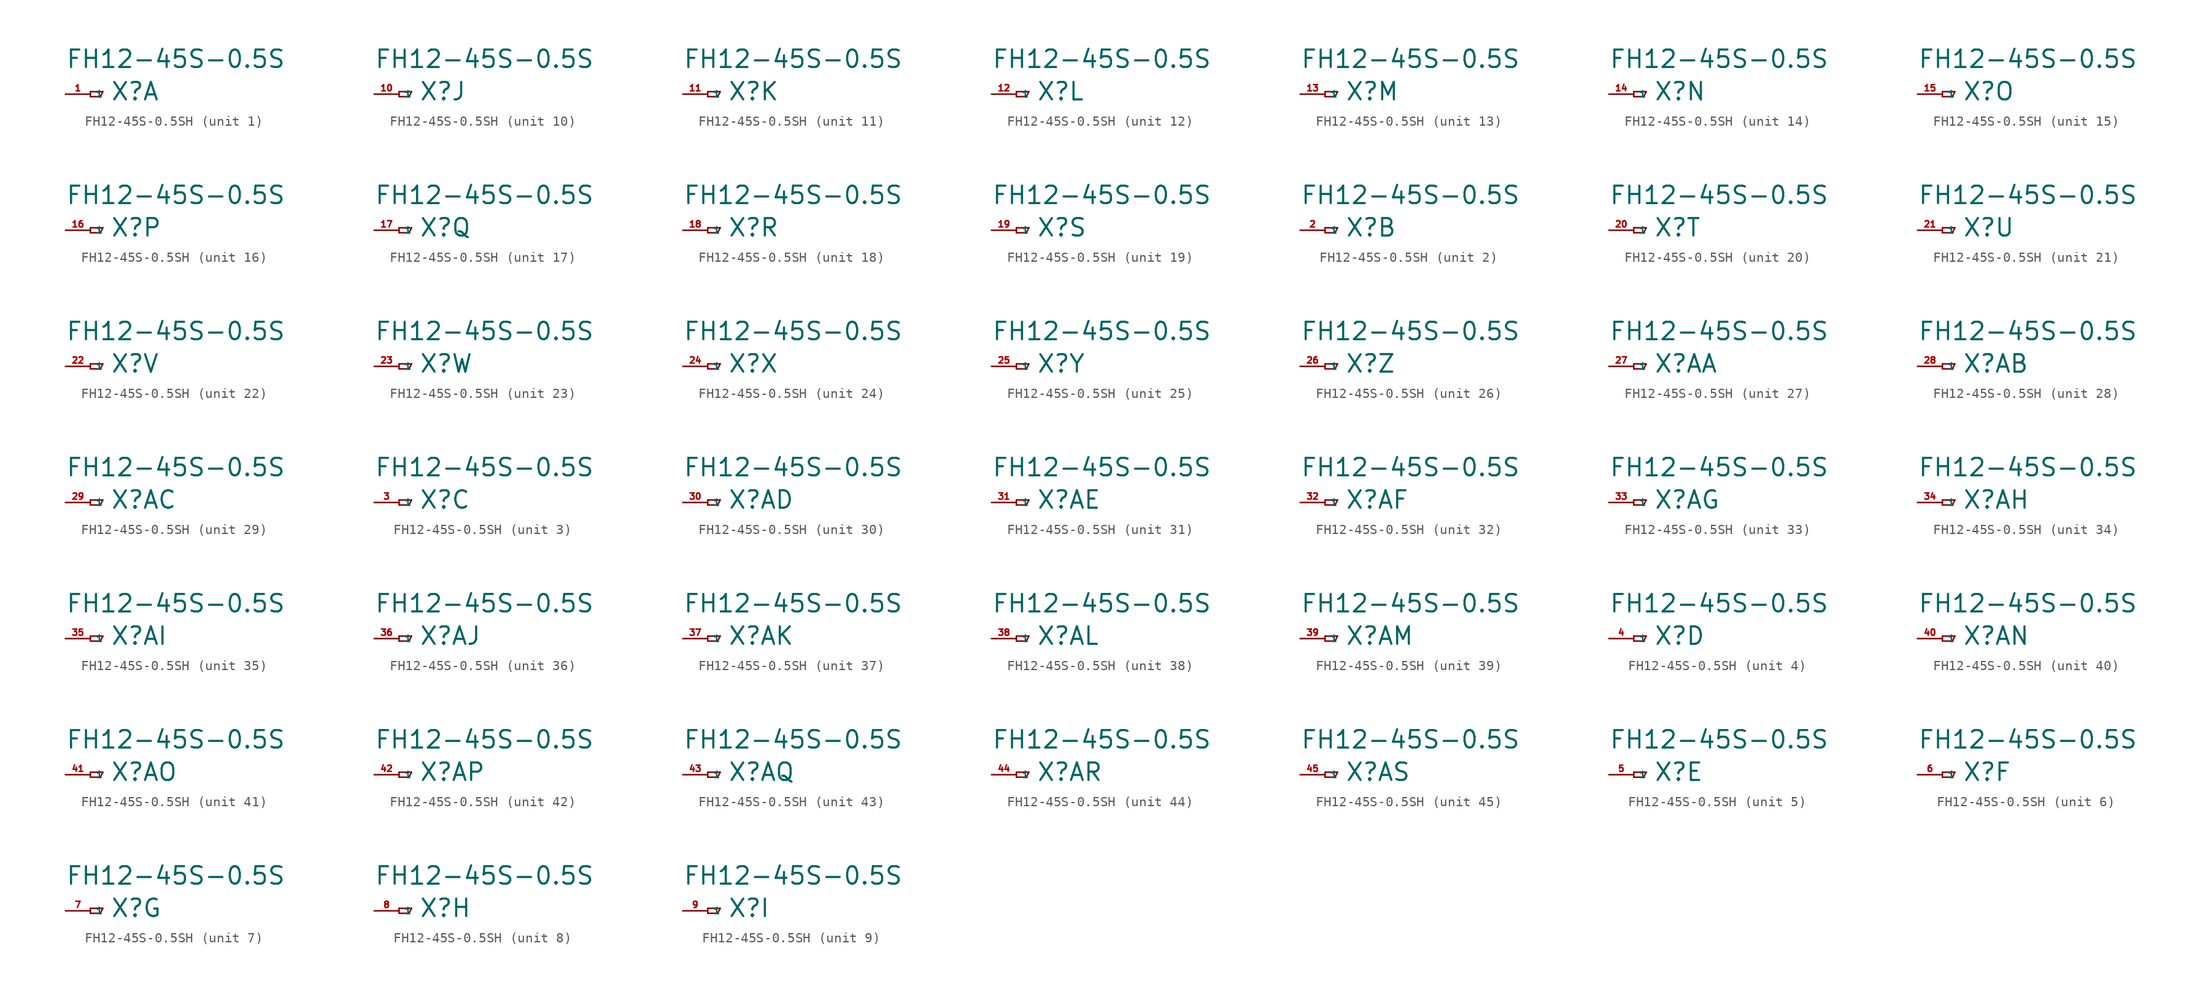
<source format=kicad_sym>
(kicad_symbol_lib
  (version 20220914)
  (generator Eagle2Kicad)
  (symbol "FH12-45S-0.5SH"
    (property "Reference" "X"
      (at 2.032 -0.762 0)
      (effects (font (size 1.778 1.778) (thickness 0.22)) (justify left bottom)))
    (property "Value" "FH12-45S-0.5S"
      (at -2.54 2.54 0)
      (effects (font (size 1.778 1.778) (thickness 0.22)) (justify left bottom)))
    (symbol "FH12-45S-0.5SH_1_0"
      (polyline (pts (xy 0 0.254) (xy 0 -0.254)) (stroke (width 0.152) (type default)) (fill (type none)))
      (polyline (pts (xy 0 -0.254) (xy 1.016 -0.254)) (stroke (width 0.152) (type default)) (fill (type none)))
      (polyline (pts (xy 1.016 -0.254) (xy 1.27 0.254)) (stroke (width 0.152) (type default)) (fill (type none)))
      (polyline (pts (xy 1.27 0.254) (xy 0 0.254)) (stroke (width 0.152) (type default)) (fill (type none)))
      (pin passive line (at -2.54 0 0) (length 2.54) (name "1" (effects (font (size 0.635 0.635) (thickness 0.08)) (justify left bottom))) (number "1" (effects (font (size 0.635 0.635) (thickness 0.08)) (justify left bottom)))))
    (symbol "FH12-45S-0.5SH_2_0"
      (polyline (pts (xy 0 0.254) (xy 0 -0.254)) (stroke (width 0.152) (type default)) (fill (type none)))
      (polyline (pts (xy 0 -0.254) (xy 1.016 -0.254)) (stroke (width 0.152) (type default)) (fill (type none)))
      (polyline (pts (xy 1.016 -0.254) (xy 1.27 0.254)) (stroke (width 0.152) (type default)) (fill (type none)))
      (polyline (pts (xy 1.27 0.254) (xy 0 0.254)) (stroke (width 0.152) (type default)) (fill (type none)))
      (pin passive line (at -2.54 0 0) (length 2.54) (name "1" (effects (font (size 0.635 0.635) (thickness 0.08)) (justify left bottom))) (number "2" (effects (font (size 0.635 0.635) (thickness 0.08)) (justify left bottom)))))
    (symbol "FH12-45S-0.5SH_3_0"
      (polyline (pts (xy 0 0.254) (xy 0 -0.254)) (stroke (width 0.152) (type default)) (fill (type none)))
      (polyline (pts (xy 0 -0.254) (xy 1.016 -0.254)) (stroke (width 0.152) (type default)) (fill (type none)))
      (polyline (pts (xy 1.016 -0.254) (xy 1.27 0.254)) (stroke (width 0.152) (type default)) (fill (type none)))
      (polyline (pts (xy 1.27 0.254) (xy 0 0.254)) (stroke (width 0.152) (type default)) (fill (type none)))
      (pin passive line (at -2.54 0 0) (length 2.54) (name "1" (effects (font (size 0.635 0.635) (thickness 0.08)) (justify left bottom))) (number "3" (effects (font (size 0.635 0.635) (thickness 0.08)) (justify left bottom)))))
    (symbol "FH12-45S-0.5SH_4_0"
      (polyline (pts (xy 0 0.254) (xy 0 -0.254)) (stroke (width 0.152) (type default)) (fill (type none)))
      (polyline (pts (xy 0 -0.254) (xy 1.016 -0.254)) (stroke (width 0.152) (type default)) (fill (type none)))
      (polyline (pts (xy 1.016 -0.254) (xy 1.27 0.254)) (stroke (width 0.152) (type default)) (fill (type none)))
      (polyline (pts (xy 1.27 0.254) (xy 0 0.254)) (stroke (width 0.152) (type default)) (fill (type none)))
      (pin passive line (at -2.54 0 0) (length 2.54) (name "1" (effects (font (size 0.635 0.635) (thickness 0.08)) (justify left bottom))) (number "4" (effects (font (size 0.635 0.635) (thickness 0.08)) (justify left bottom)))))
    (symbol "FH12-45S-0.5SH_5_0"
      (polyline (pts (xy 0 0.254) (xy 0 -0.254)) (stroke (width 0.152) (type default)) (fill (type none)))
      (polyline (pts (xy 0 -0.254) (xy 1.016 -0.254)) (stroke (width 0.152) (type default)) (fill (type none)))
      (polyline (pts (xy 1.016 -0.254) (xy 1.27 0.254)) (stroke (width 0.152) (type default)) (fill (type none)))
      (polyline (pts (xy 1.27 0.254) (xy 0 0.254)) (stroke (width 0.152) (type default)) (fill (type none)))
      (pin passive line (at -2.54 0 0) (length 2.54) (name "1" (effects (font (size 0.635 0.635) (thickness 0.08)) (justify left bottom))) (number "5" (effects (font (size 0.635 0.635) (thickness 0.08)) (justify left bottom)))))
    (symbol "FH12-45S-0.5SH_6_0"
      (polyline (pts (xy 0 0.254) (xy 0 -0.254)) (stroke (width 0.152) (type default)) (fill (type none)))
      (polyline (pts (xy 0 -0.254) (xy 1.016 -0.254)) (stroke (width 0.152) (type default)) (fill (type none)))
      (polyline (pts (xy 1.016 -0.254) (xy 1.27 0.254)) (stroke (width 0.152) (type default)) (fill (type none)))
      (polyline (pts (xy 1.27 0.254) (xy 0 0.254)) (stroke (width 0.152) (type default)) (fill (type none)))
      (pin passive line (at -2.54 0 0) (length 2.54) (name "1" (effects (font (size 0.635 0.635) (thickness 0.08)) (justify left bottom))) (number "6" (effects (font (size 0.635 0.635) (thickness 0.08)) (justify left bottom)))))
    (symbol "FH12-45S-0.5SH_7_0"
      (polyline (pts (xy 0 0.254) (xy 0 -0.254)) (stroke (width 0.152) (type default)) (fill (type none)))
      (polyline (pts (xy 0 -0.254) (xy 1.016 -0.254)) (stroke (width 0.152) (type default)) (fill (type none)))
      (polyline (pts (xy 1.016 -0.254) (xy 1.27 0.254)) (stroke (width 0.152) (type default)) (fill (type none)))
      (polyline (pts (xy 1.27 0.254) (xy 0 0.254)) (stroke (width 0.152) (type default)) (fill (type none)))
      (pin passive line (at -2.54 0 0) (length 2.54) (name "1" (effects (font (size 0.635 0.635) (thickness 0.08)) (justify left bottom))) (number "7" (effects (font (size 0.635 0.635) (thickness 0.08)) (justify left bottom)))))
    (symbol "FH12-45S-0.5SH_8_0"
      (polyline (pts (xy 0 0.254) (xy 0 -0.254)) (stroke (width 0.152) (type default)) (fill (type none)))
      (polyline (pts (xy 0 -0.254) (xy 1.016 -0.254)) (stroke (width 0.152) (type default)) (fill (type none)))
      (polyline (pts (xy 1.016 -0.254) (xy 1.27 0.254)) (stroke (width 0.152) (type default)) (fill (type none)))
      (polyline (pts (xy 1.27 0.254) (xy 0 0.254)) (stroke (width 0.152) (type default)) (fill (type none)))
      (pin passive line (at -2.54 0 0) (length 2.54) (name "1" (effects (font (size 0.635 0.635) (thickness 0.08)) (justify left bottom))) (number "8" (effects (font (size 0.635 0.635) (thickness 0.08)) (justify left bottom)))))
    (symbol "FH12-45S-0.5SH_9_0"
      (polyline (pts (xy 0 0.254) (xy 0 -0.254)) (stroke (width 0.152) (type default)) (fill (type none)))
      (polyline (pts (xy 0 -0.254) (xy 1.016 -0.254)) (stroke (width 0.152) (type default)) (fill (type none)))
      (polyline (pts (xy 1.016 -0.254) (xy 1.27 0.254)) (stroke (width 0.152) (type default)) (fill (type none)))
      (polyline (pts (xy 1.27 0.254) (xy 0 0.254)) (stroke (width 0.152) (type default)) (fill (type none)))
      (pin passive line (at -2.54 0 0) (length 2.54) (name "1" (effects (font (size 0.635 0.635) (thickness 0.08)) (justify left bottom))) (number "9" (effects (font (size 0.635 0.635) (thickness 0.08)) (justify left bottom)))))
    (symbol "FH12-45S-0.5SH_10_0"
      (polyline (pts (xy 0 0.254) (xy 0 -0.254)) (stroke (width 0.152) (type default)) (fill (type none)))
      (polyline (pts (xy 0 -0.254) (xy 1.016 -0.254)) (stroke (width 0.152) (type default)) (fill (type none)))
      (polyline (pts (xy 1.016 -0.254) (xy 1.27 0.254)) (stroke (width 0.152) (type default)) (fill (type none)))
      (polyline (pts (xy 1.27 0.254) (xy 0 0.254)) (stroke (width 0.152) (type default)) (fill (type none)))
      (pin passive line (at -2.54 0 0) (length 2.54) (name "1" (effects (font (size 0.635 0.635) (thickness 0.08)) (justify left bottom))) (number "10" (effects (font (size 0.635 0.635) (thickness 0.08)) (justify left bottom)))))
    (symbol "FH12-45S-0.5SH_11_0"
      (polyline (pts (xy 0 0.254) (xy 0 -0.254)) (stroke (width 0.152) (type default)) (fill (type none)))
      (polyline (pts (xy 0 -0.254) (xy 1.016 -0.254)) (stroke (width 0.152) (type default)) (fill (type none)))
      (polyline (pts (xy 1.016 -0.254) (xy 1.27 0.254)) (stroke (width 0.152) (type default)) (fill (type none)))
      (polyline (pts (xy 1.27 0.254) (xy 0 0.254)) (stroke (width 0.152) (type default)) (fill (type none)))
      (pin passive line (at -2.54 0 0) (length 2.54) (name "1" (effects (font (size 0.635 0.635) (thickness 0.08)) (justify left bottom))) (number "11" (effects (font (size 0.635 0.635) (thickness 0.08)) (justify left bottom)))))
    (symbol "FH12-45S-0.5SH_12_0"
      (polyline (pts (xy 0 0.254) (xy 0 -0.254)) (stroke (width 0.152) (type default)) (fill (type none)))
      (polyline (pts (xy 0 -0.254) (xy 1.016 -0.254)) (stroke (width 0.152) (type default)) (fill (type none)))
      (polyline (pts (xy 1.016 -0.254) (xy 1.27 0.254)) (stroke (width 0.152) (type default)) (fill (type none)))
      (polyline (pts (xy 1.27 0.254) (xy 0 0.254)) (stroke (width 0.152) (type default)) (fill (type none)))
      (pin passive line (at -2.54 0 0) (length 2.54) (name "1" (effects (font (size 0.635 0.635) (thickness 0.08)) (justify left bottom))) (number "12" (effects (font (size 0.635 0.635) (thickness 0.08)) (justify left bottom)))))
    (symbol "FH12-45S-0.5SH_13_0"
      (polyline (pts (xy 0 0.254) (xy 0 -0.254)) (stroke (width 0.152) (type default)) (fill (type none)))
      (polyline (pts (xy 0 -0.254) (xy 1.016 -0.254)) (stroke (width 0.152) (type default)) (fill (type none)))
      (polyline (pts (xy 1.016 -0.254) (xy 1.27 0.254)) (stroke (width 0.152) (type default)) (fill (type none)))
      (polyline (pts (xy 1.27 0.254) (xy 0 0.254)) (stroke (width 0.152) (type default)) (fill (type none)))
      (pin passive line (at -2.54 0 0) (length 2.54) (name "1" (effects (font (size 0.635 0.635) (thickness 0.08)) (justify left bottom))) (number "13" (effects (font (size 0.635 0.635) (thickness 0.08)) (justify left bottom)))))
    (symbol "FH12-45S-0.5SH_14_0"
      (polyline (pts (xy 0 0.254) (xy 0 -0.254)) (stroke (width 0.152) (type default)) (fill (type none)))
      (polyline (pts (xy 0 -0.254) (xy 1.016 -0.254)) (stroke (width 0.152) (type default)) (fill (type none)))
      (polyline (pts (xy 1.016 -0.254) (xy 1.27 0.254)) (stroke (width 0.152) (type default)) (fill (type none)))
      (polyline (pts (xy 1.27 0.254) (xy 0 0.254)) (stroke (width 0.152) (type default)) (fill (type none)))
      (pin passive line (at -2.54 0 0) (length 2.54) (name "1" (effects (font (size 0.635 0.635) (thickness 0.08)) (justify left bottom))) (number "14" (effects (font (size 0.635 0.635) (thickness 0.08)) (justify left bottom)))))
    (symbol "FH12-45S-0.5SH_15_0"
      (polyline (pts (xy 0 0.254) (xy 0 -0.254)) (stroke (width 0.152) (type default)) (fill (type none)))
      (polyline (pts (xy 0 -0.254) (xy 1.016 -0.254)) (stroke (width 0.152) (type default)) (fill (type none)))
      (polyline (pts (xy 1.016 -0.254) (xy 1.27 0.254)) (stroke (width 0.152) (type default)) (fill (type none)))
      (polyline (pts (xy 1.27 0.254) (xy 0 0.254)) (stroke (width 0.152) (type default)) (fill (type none)))
      (pin passive line (at -2.54 0 0) (length 2.54) (name "1" (effects (font (size 0.635 0.635) (thickness 0.08)) (justify left bottom))) (number "15" (effects (font (size 0.635 0.635) (thickness 0.08)) (justify left bottom)))))
    (symbol "FH12-45S-0.5SH_16_0"
      (polyline (pts (xy 0 0.254) (xy 0 -0.254)) (stroke (width 0.152) (type default)) (fill (type none)))
      (polyline (pts (xy 0 -0.254) (xy 1.016 -0.254)) (stroke (width 0.152) (type default)) (fill (type none)))
      (polyline (pts (xy 1.016 -0.254) (xy 1.27 0.254)) (stroke (width 0.152) (type default)) (fill (type none)))
      (polyline (pts (xy 1.27 0.254) (xy 0 0.254)) (stroke (width 0.152) (type default)) (fill (type none)))
      (pin passive line (at -2.54 0 0) (length 2.54) (name "1" (effects (font (size 0.635 0.635) (thickness 0.08)) (justify left bottom))) (number "16" (effects (font (size 0.635 0.635) (thickness 0.08)) (justify left bottom)))))
    (symbol "FH12-45S-0.5SH_17_0"
      (polyline (pts (xy 0 0.254) (xy 0 -0.254)) (stroke (width 0.152) (type default)) (fill (type none)))
      (polyline (pts (xy 0 -0.254) (xy 1.016 -0.254)) (stroke (width 0.152) (type default)) (fill (type none)))
      (polyline (pts (xy 1.016 -0.254) (xy 1.27 0.254)) (stroke (width 0.152) (type default)) (fill (type none)))
      (polyline (pts (xy 1.27 0.254) (xy 0 0.254)) (stroke (width 0.152) (type default)) (fill (type none)))
      (pin passive line (at -2.54 0 0) (length 2.54) (name "1" (effects (font (size 0.635 0.635) (thickness 0.08)) (justify left bottom))) (number "17" (effects (font (size 0.635 0.635) (thickness 0.08)) (justify left bottom)))))
    (symbol "FH12-45S-0.5SH_18_0"
      (polyline (pts (xy 0 0.254) (xy 0 -0.254)) (stroke (width 0.152) (type default)) (fill (type none)))
      (polyline (pts (xy 0 -0.254) (xy 1.016 -0.254)) (stroke (width 0.152) (type default)) (fill (type none)))
      (polyline (pts (xy 1.016 -0.254) (xy 1.27 0.254)) (stroke (width 0.152) (type default)) (fill (type none)))
      (polyline (pts (xy 1.27 0.254) (xy 0 0.254)) (stroke (width 0.152) (type default)) (fill (type none)))
      (pin passive line (at -2.54 0 0) (length 2.54) (name "1" (effects (font (size 0.635 0.635) (thickness 0.08)) (justify left bottom))) (number "18" (effects (font (size 0.635 0.635) (thickness 0.08)) (justify left bottom)))))
    (symbol "FH12-45S-0.5SH_19_0"
      (polyline (pts (xy 0 0.254) (xy 0 -0.254)) (stroke (width 0.152) (type default)) (fill (type none)))
      (polyline (pts (xy 0 -0.254) (xy 1.016 -0.254)) (stroke (width 0.152) (type default)) (fill (type none)))
      (polyline (pts (xy 1.016 -0.254) (xy 1.27 0.254)) (stroke (width 0.152) (type default)) (fill (type none)))
      (polyline (pts (xy 1.27 0.254) (xy 0 0.254)) (stroke (width 0.152) (type default)) (fill (type none)))
      (pin passive line (at -2.54 0 0) (length 2.54) (name "1" (effects (font (size 0.635 0.635) (thickness 0.08)) (justify left bottom))) (number "19" (effects (font (size 0.635 0.635) (thickness 0.08)) (justify left bottom)))))
    (symbol "FH12-45S-0.5SH_20_0"
      (polyline (pts (xy 0 0.254) (xy 0 -0.254)) (stroke (width 0.152) (type default)) (fill (type none)))
      (polyline (pts (xy 0 -0.254) (xy 1.016 -0.254)) (stroke (width 0.152) (type default)) (fill (type none)))
      (polyline (pts (xy 1.016 -0.254) (xy 1.27 0.254)) (stroke (width 0.152) (type default)) (fill (type none)))
      (polyline (pts (xy 1.27 0.254) (xy 0 0.254)) (stroke (width 0.152) (type default)) (fill (type none)))
      (pin passive line (at -2.54 0 0) (length 2.54) (name "1" (effects (font (size 0.635 0.635) (thickness 0.08)) (justify left bottom))) (number "20" (effects (font (size 0.635 0.635) (thickness 0.08)) (justify left bottom)))))
    (symbol "FH12-45S-0.5SH_21_0"
      (polyline (pts (xy 0 0.254) (xy 0 -0.254)) (stroke (width 0.152) (type default)) (fill (type none)))
      (polyline (pts (xy 0 -0.254) (xy 1.016 -0.254)) (stroke (width 0.152) (type default)) (fill (type none)))
      (polyline (pts (xy 1.016 -0.254) (xy 1.27 0.254)) (stroke (width 0.152) (type default)) (fill (type none)))
      (polyline (pts (xy 1.27 0.254) (xy 0 0.254)) (stroke (width 0.152) (type default)) (fill (type none)))
      (pin passive line (at -2.54 0 0) (length 2.54) (name "1" (effects (font (size 0.635 0.635) (thickness 0.08)) (justify left bottom))) (number "21" (effects (font (size 0.635 0.635) (thickness 0.08)) (justify left bottom)))))
    (symbol "FH12-45S-0.5SH_22_0"
      (polyline (pts (xy 0 0.254) (xy 0 -0.254)) (stroke (width 0.152) (type default)) (fill (type none)))
      (polyline (pts (xy 0 -0.254) (xy 1.016 -0.254)) (stroke (width 0.152) (type default)) (fill (type none)))
      (polyline (pts (xy 1.016 -0.254) (xy 1.27 0.254)) (stroke (width 0.152) (type default)) (fill (type none)))
      (polyline (pts (xy 1.27 0.254) (xy 0 0.254)) (stroke (width 0.152) (type default)) (fill (type none)))
      (pin passive line (at -2.54 0 0) (length 2.54) (name "1" (effects (font (size 0.635 0.635) (thickness 0.08)) (justify left bottom))) (number "22" (effects (font (size 0.635 0.635) (thickness 0.08)) (justify left bottom)))))
    (symbol "FH12-45S-0.5SH_23_0"
      (polyline (pts (xy 0 0.254) (xy 0 -0.254)) (stroke (width 0.152) (type default)) (fill (type none)))
      (polyline (pts (xy 0 -0.254) (xy 1.016 -0.254)) (stroke (width 0.152) (type default)) (fill (type none)))
      (polyline (pts (xy 1.016 -0.254) (xy 1.27 0.254)) (stroke (width 0.152) (type default)) (fill (type none)))
      (polyline (pts (xy 1.27 0.254) (xy 0 0.254)) (stroke (width 0.152) (type default)) (fill (type none)))
      (pin passive line (at -2.54 0 0) (length 2.54) (name "1" (effects (font (size 0.635 0.635) (thickness 0.08)) (justify left bottom))) (number "23" (effects (font (size 0.635 0.635) (thickness 0.08)) (justify left bottom)))))
    (symbol "FH12-45S-0.5SH_24_0"
      (polyline (pts (xy 0 0.254) (xy 0 -0.254)) (stroke (width 0.152) (type default)) (fill (type none)))
      (polyline (pts (xy 0 -0.254) (xy 1.016 -0.254)) (stroke (width 0.152) (type default)) (fill (type none)))
      (polyline (pts (xy 1.016 -0.254) (xy 1.27 0.254)) (stroke (width 0.152) (type default)) (fill (type none)))
      (polyline (pts (xy 1.27 0.254) (xy 0 0.254)) (stroke (width 0.152) (type default)) (fill (type none)))
      (pin passive line (at -2.54 0 0) (length 2.54) (name "1" (effects (font (size 0.635 0.635) (thickness 0.08)) (justify left bottom))) (number "24" (effects (font (size 0.635 0.635) (thickness 0.08)) (justify left bottom)))))
    (symbol "FH12-45S-0.5SH_25_0"
      (polyline (pts (xy 0 0.254) (xy 0 -0.254)) (stroke (width 0.152) (type default)) (fill (type none)))
      (polyline (pts (xy 0 -0.254) (xy 1.016 -0.254)) (stroke (width 0.152) (type default)) (fill (type none)))
      (polyline (pts (xy 1.016 -0.254) (xy 1.27 0.254)) (stroke (width 0.152) (type default)) (fill (type none)))
      (polyline (pts (xy 1.27 0.254) (xy 0 0.254)) (stroke (width 0.152) (type default)) (fill (type none)))
      (pin passive line (at -2.54 0 0) (length 2.54) (name "1" (effects (font (size 0.635 0.635) (thickness 0.08)) (justify left bottom))) (number "25" (effects (font (size 0.635 0.635) (thickness 0.08)) (justify left bottom)))))
    (symbol "FH12-45S-0.5SH_26_0"
      (polyline (pts (xy 0 0.254) (xy 0 -0.254)) (stroke (width 0.152) (type default)) (fill (type none)))
      (polyline (pts (xy 0 -0.254) (xy 1.016 -0.254)) (stroke (width 0.152) (type default)) (fill (type none)))
      (polyline (pts (xy 1.016 -0.254) (xy 1.27 0.254)) (stroke (width 0.152) (type default)) (fill (type none)))
      (polyline (pts (xy 1.27 0.254) (xy 0 0.254)) (stroke (width 0.152) (type default)) (fill (type none)))
      (pin passive line (at -2.54 0 0) (length 2.54) (name "1" (effects (font (size 0.635 0.635) (thickness 0.08)) (justify left bottom))) (number "26" (effects (font (size 0.635 0.635) (thickness 0.08)) (justify left bottom)))))
    (symbol "FH12-45S-0.5SH_27_0"
      (polyline (pts (xy 0 0.254) (xy 0 -0.254)) (stroke (width 0.152) (type default)) (fill (type none)))
      (polyline (pts (xy 0 -0.254) (xy 1.016 -0.254)) (stroke (width 0.152) (type default)) (fill (type none)))
      (polyline (pts (xy 1.016 -0.254) (xy 1.27 0.254)) (stroke (width 0.152) (type default)) (fill (type none)))
      (polyline (pts (xy 1.27 0.254) (xy 0 0.254)) (stroke (width 0.152) (type default)) (fill (type none)))
      (pin passive line (at -2.54 0 0) (length 2.54) (name "1" (effects (font (size 0.635 0.635) (thickness 0.08)) (justify left bottom))) (number "27" (effects (font (size 0.635 0.635) (thickness 0.08)) (justify left bottom)))))
    (symbol "FH12-45S-0.5SH_28_0"
      (polyline (pts (xy 0 0.254) (xy 0 -0.254)) (stroke (width 0.152) (type default)) (fill (type none)))
      (polyline (pts (xy 0 -0.254) (xy 1.016 -0.254)) (stroke (width 0.152) (type default)) (fill (type none)))
      (polyline (pts (xy 1.016 -0.254) (xy 1.27 0.254)) (stroke (width 0.152) (type default)) (fill (type none)))
      (polyline (pts (xy 1.27 0.254) (xy 0 0.254)) (stroke (width 0.152) (type default)) (fill (type none)))
      (pin passive line (at -2.54 0 0) (length 2.54) (name "1" (effects (font (size 0.635 0.635) (thickness 0.08)) (justify left bottom))) (number "28" (effects (font (size 0.635 0.635) (thickness 0.08)) (justify left bottom)))))
    (symbol "FH12-45S-0.5SH_29_0"
      (polyline (pts (xy 0 0.254) (xy 0 -0.254)) (stroke (width 0.152) (type default)) (fill (type none)))
      (polyline (pts (xy 0 -0.254) (xy 1.016 -0.254)) (stroke (width 0.152) (type default)) (fill (type none)))
      (polyline (pts (xy 1.016 -0.254) (xy 1.27 0.254)) (stroke (width 0.152) (type default)) (fill (type none)))
      (polyline (pts (xy 1.27 0.254) (xy 0 0.254)) (stroke (width 0.152) (type default)) (fill (type none)))
      (pin passive line (at -2.54 0 0) (length 2.54) (name "1" (effects (font (size 0.635 0.635) (thickness 0.08)) (justify left bottom))) (number "29" (effects (font (size 0.635 0.635) (thickness 0.08)) (justify left bottom)))))
    (symbol "FH12-45S-0.5SH_30_0"
      (polyline (pts (xy 0 0.254) (xy 0 -0.254)) (stroke (width 0.152) (type default)) (fill (type none)))
      (polyline (pts (xy 0 -0.254) (xy 1.016 -0.254)) (stroke (width 0.152) (type default)) (fill (type none)))
      (polyline (pts (xy 1.016 -0.254) (xy 1.27 0.254)) (stroke (width 0.152) (type default)) (fill (type none)))
      (polyline (pts (xy 1.27 0.254) (xy 0 0.254)) (stroke (width 0.152) (type default)) (fill (type none)))
      (pin passive line (at -2.54 0 0) (length 2.54) (name "1" (effects (font (size 0.635 0.635) (thickness 0.08)) (justify left bottom))) (number "30" (effects (font (size 0.635 0.635) (thickness 0.08)) (justify left bottom)))))
    (symbol "FH12-45S-0.5SH_31_0"
      (polyline (pts (xy 0 0.254) (xy 0 -0.254)) (stroke (width 0.152) (type default)) (fill (type none)))
      (polyline (pts (xy 0 -0.254) (xy 1.016 -0.254)) (stroke (width 0.152) (type default)) (fill (type none)))
      (polyline (pts (xy 1.016 -0.254) (xy 1.27 0.254)) (stroke (width 0.152) (type default)) (fill (type none)))
      (polyline (pts (xy 1.27 0.254) (xy 0 0.254)) (stroke (width 0.152) (type default)) (fill (type none)))
      (pin passive line (at -2.54 0 0) (length 2.54) (name "1" (effects (font (size 0.635 0.635) (thickness 0.08)) (justify left bottom))) (number "31" (effects (font (size 0.635 0.635) (thickness 0.08)) (justify left bottom)))))
    (symbol "FH12-45S-0.5SH_32_0"
      (polyline (pts (xy 0 0.254) (xy 0 -0.254)) (stroke (width 0.152) (type default)) (fill (type none)))
      (polyline (pts (xy 0 -0.254) (xy 1.016 -0.254)) (stroke (width 0.152) (type default)) (fill (type none)))
      (polyline (pts (xy 1.016 -0.254) (xy 1.27 0.254)) (stroke (width 0.152) (type default)) (fill (type none)))
      (polyline (pts (xy 1.27 0.254) (xy 0 0.254)) (stroke (width 0.152) (type default)) (fill (type none)))
      (pin passive line (at -2.54 0 0) (length 2.54) (name "1" (effects (font (size 0.635 0.635) (thickness 0.08)) (justify left bottom))) (number "32" (effects (font (size 0.635 0.635) (thickness 0.08)) (justify left bottom)))))
    (symbol "FH12-45S-0.5SH_33_0"
      (polyline (pts (xy 0 0.254) (xy 0 -0.254)) (stroke (width 0.152) (type default)) (fill (type none)))
      (polyline (pts (xy 0 -0.254) (xy 1.016 -0.254)) (stroke (width 0.152) (type default)) (fill (type none)))
      (polyline (pts (xy 1.016 -0.254) (xy 1.27 0.254)) (stroke (width 0.152) (type default)) (fill (type none)))
      (polyline (pts (xy 1.27 0.254) (xy 0 0.254)) (stroke (width 0.152) (type default)) (fill (type none)))
      (pin passive line (at -2.54 0 0) (length 2.54) (name "1" (effects (font (size 0.635 0.635) (thickness 0.08)) (justify left bottom))) (number "33" (effects (font (size 0.635 0.635) (thickness 0.08)) (justify left bottom)))))
    (symbol "FH12-45S-0.5SH_34_0"
      (polyline (pts (xy 0 0.254) (xy 0 -0.254)) (stroke (width 0.152) (type default)) (fill (type none)))
      (polyline (pts (xy 0 -0.254) (xy 1.016 -0.254)) (stroke (width 0.152) (type default)) (fill (type none)))
      (polyline (pts (xy 1.016 -0.254) (xy 1.27 0.254)) (stroke (width 0.152) (type default)) (fill (type none)))
      (polyline (pts (xy 1.27 0.254) (xy 0 0.254)) (stroke (width 0.152) (type default)) (fill (type none)))
      (pin passive line (at -2.54 0 0) (length 2.54) (name "1" (effects (font (size 0.635 0.635) (thickness 0.08)) (justify left bottom))) (number "34" (effects (font (size 0.635 0.635) (thickness 0.08)) (justify left bottom)))))
    (symbol "FH12-45S-0.5SH_35_0"
      (polyline (pts (xy 0 0.254) (xy 0 -0.254)) (stroke (width 0.152) (type default)) (fill (type none)))
      (polyline (pts (xy 0 -0.254) (xy 1.016 -0.254)) (stroke (width 0.152) (type default)) (fill (type none)))
      (polyline (pts (xy 1.016 -0.254) (xy 1.27 0.254)) (stroke (width 0.152) (type default)) (fill (type none)))
      (polyline (pts (xy 1.27 0.254) (xy 0 0.254)) (stroke (width 0.152) (type default)) (fill (type none)))
      (pin passive line (at -2.54 0 0) (length 2.54) (name "1" (effects (font (size 0.635 0.635) (thickness 0.08)) (justify left bottom))) (number "35" (effects (font (size 0.635 0.635) (thickness 0.08)) (justify left bottom)))))
    (symbol "FH12-45S-0.5SH_36_0"
      (polyline (pts (xy 0 0.254) (xy 0 -0.254)) (stroke (width 0.152) (type default)) (fill (type none)))
      (polyline (pts (xy 0 -0.254) (xy 1.016 -0.254)) (stroke (width 0.152) (type default)) (fill (type none)))
      (polyline (pts (xy 1.016 -0.254) (xy 1.27 0.254)) (stroke (width 0.152) (type default)) (fill (type none)))
      (polyline (pts (xy 1.27 0.254) (xy 0 0.254)) (stroke (width 0.152) (type default)) (fill (type none)))
      (pin passive line (at -2.54 0 0) (length 2.54) (name "1" (effects (font (size 0.635 0.635) (thickness 0.08)) (justify left bottom))) (number "36" (effects (font (size 0.635 0.635) (thickness 0.08)) (justify left bottom)))))
    (symbol "FH12-45S-0.5SH_37_0"
      (polyline (pts (xy 0 0.254) (xy 0 -0.254)) (stroke (width 0.152) (type default)) (fill (type none)))
      (polyline (pts (xy 0 -0.254) (xy 1.016 -0.254)) (stroke (width 0.152) (type default)) (fill (type none)))
      (polyline (pts (xy 1.016 -0.254) (xy 1.27 0.254)) (stroke (width 0.152) (type default)) (fill (type none)))
      (polyline (pts (xy 1.27 0.254) (xy 0 0.254)) (stroke (width 0.152) (type default)) (fill (type none)))
      (pin passive line (at -2.54 0 0) (length 2.54) (name "1" (effects (font (size 0.635 0.635) (thickness 0.08)) (justify left bottom))) (number "37" (effects (font (size 0.635 0.635) (thickness 0.08)) (justify left bottom)))))
    (symbol "FH12-45S-0.5SH_38_0"
      (polyline (pts (xy 0 0.254) (xy 0 -0.254)) (stroke (width 0.152) (type default)) (fill (type none)))
      (polyline (pts (xy 0 -0.254) (xy 1.016 -0.254)) (stroke (width 0.152) (type default)) (fill (type none)))
      (polyline (pts (xy 1.016 -0.254) (xy 1.27 0.254)) (stroke (width 0.152) (type default)) (fill (type none)))
      (polyline (pts (xy 1.27 0.254) (xy 0 0.254)) (stroke (width 0.152) (type default)) (fill (type none)))
      (pin passive line (at -2.54 0 0) (length 2.54) (name "1" (effects (font (size 0.635 0.635) (thickness 0.08)) (justify left bottom))) (number "38" (effects (font (size 0.635 0.635) (thickness 0.08)) (justify left bottom)))))
    (symbol "FH12-45S-0.5SH_39_0"
      (polyline (pts (xy 0 0.254) (xy 0 -0.254)) (stroke (width 0.152) (type default)) (fill (type none)))
      (polyline (pts (xy 0 -0.254) (xy 1.016 -0.254)) (stroke (width 0.152) (type default)) (fill (type none)))
      (polyline (pts (xy 1.016 -0.254) (xy 1.27 0.254)) (stroke (width 0.152) (type default)) (fill (type none)))
      (polyline (pts (xy 1.27 0.254) (xy 0 0.254)) (stroke (width 0.152) (type default)) (fill (type none)))
      (pin passive line (at -2.54 0 0) (length 2.54) (name "1" (effects (font (size 0.635 0.635) (thickness 0.08)) (justify left bottom))) (number "39" (effects (font (size 0.635 0.635) (thickness 0.08)) (justify left bottom)))))
    (symbol "FH12-45S-0.5SH_40_0"
      (polyline (pts (xy 0 0.254) (xy 0 -0.254)) (stroke (width 0.152) (type default)) (fill (type none)))
      (polyline (pts (xy 0 -0.254) (xy 1.016 -0.254)) (stroke (width 0.152) (type default)) (fill (type none)))
      (polyline (pts (xy 1.016 -0.254) (xy 1.27 0.254)) (stroke (width 0.152) (type default)) (fill (type none)))
      (polyline (pts (xy 1.27 0.254) (xy 0 0.254)) (stroke (width 0.152) (type default)) (fill (type none)))
      (pin passive line (at -2.54 0 0) (length 2.54) (name "1" (effects (font (size 0.635 0.635) (thickness 0.08)) (justify left bottom))) (number "40" (effects (font (size 0.635 0.635) (thickness 0.08)) (justify left bottom)))))
    (symbol "FH12-45S-0.5SH_41_0"
      (polyline (pts (xy 0 0.254) (xy 0 -0.254)) (stroke (width 0.152) (type default)) (fill (type none)))
      (polyline (pts (xy 0 -0.254) (xy 1.016 -0.254)) (stroke (width 0.152) (type default)) (fill (type none)))
      (polyline (pts (xy 1.016 -0.254) (xy 1.27 0.254)) (stroke (width 0.152) (type default)) (fill (type none)))
      (polyline (pts (xy 1.27 0.254) (xy 0 0.254)) (stroke (width 0.152) (type default)) (fill (type none)))
      (pin passive line (at -2.54 0 0) (length 2.54) (name "1" (effects (font (size 0.635 0.635) (thickness 0.08)) (justify left bottom))) (number "41" (effects (font (size 0.635 0.635) (thickness 0.08)) (justify left bottom)))))
    (symbol "FH12-45S-0.5SH_42_0"
      (polyline (pts (xy 0 0.254) (xy 0 -0.254)) (stroke (width 0.152) (type default)) (fill (type none)))
      (polyline (pts (xy 0 -0.254) (xy 1.016 -0.254)) (stroke (width 0.152) (type default)) (fill (type none)))
      (polyline (pts (xy 1.016 -0.254) (xy 1.27 0.254)) (stroke (width 0.152) (type default)) (fill (type none)))
      (polyline (pts (xy 1.27 0.254) (xy 0 0.254)) (stroke (width 0.152) (type default)) (fill (type none)))
      (pin passive line (at -2.54 0 0) (length 2.54) (name "1" (effects (font (size 0.635 0.635) (thickness 0.08)) (justify left bottom))) (number "42" (effects (font (size 0.635 0.635) (thickness 0.08)) (justify left bottom)))))
    (symbol "FH12-45S-0.5SH_43_0"
      (polyline (pts (xy 0 0.254) (xy 0 -0.254)) (stroke (width 0.152) (type default)) (fill (type none)))
      (polyline (pts (xy 0 -0.254) (xy 1.016 -0.254)) (stroke (width 0.152) (type default)) (fill (type none)))
      (polyline (pts (xy 1.016 -0.254) (xy 1.27 0.254)) (stroke (width 0.152) (type default)) (fill (type none)))
      (polyline (pts (xy 1.27 0.254) (xy 0 0.254)) (stroke (width 0.152) (type default)) (fill (type none)))
      (pin passive line (at -2.54 0 0) (length 2.54) (name "1" (effects (font (size 0.635 0.635) (thickness 0.08)) (justify left bottom))) (number "43" (effects (font (size 0.635 0.635) (thickness 0.08)) (justify left bottom)))))
    (symbol "FH12-45S-0.5SH_44_0"
      (polyline (pts (xy 0 0.254) (xy 0 -0.254)) (stroke (width 0.152) (type default)) (fill (type none)))
      (polyline (pts (xy 0 -0.254) (xy 1.016 -0.254)) (stroke (width 0.152) (type default)) (fill (type none)))
      (polyline (pts (xy 1.016 -0.254) (xy 1.27 0.254)) (stroke (width 0.152) (type default)) (fill (type none)))
      (polyline (pts (xy 1.27 0.254) (xy 0 0.254)) (stroke (width 0.152) (type default)) (fill (type none)))
      (pin passive line (at -2.54 0 0) (length 2.54) (name "1" (effects (font (size 0.635 0.635) (thickness 0.08)) (justify left bottom))) (number "44" (effects (font (size 0.635 0.635) (thickness 0.08)) (justify left bottom)))))
    (symbol "FH12-45S-0.5SH_45_0"
      (polyline (pts (xy 0 0.254) (xy 0 -0.254)) (stroke (width 0.152) (type default)) (fill (type none)))
      (polyline (pts (xy 0 -0.254) (xy 1.016 -0.254)) (stroke (width 0.152) (type default)) (fill (type none)))
      (polyline (pts (xy 1.016 -0.254) (xy 1.27 0.254)) (stroke (width 0.152) (type default)) (fill (type none)))
      (polyline (pts (xy 1.27 0.254) (xy 0 0.254)) (stroke (width 0.152) (type default)) (fill (type none)))
      (pin passive line (at -2.54 0 0) (length 2.54) (name "1" (effects (font (size 0.635 0.635) (thickness 0.08)) (justify left bottom))) (number "45" (effects (font (size 0.635 0.635) (thickness 0.08)) (justify left bottom)))))))
</source>
